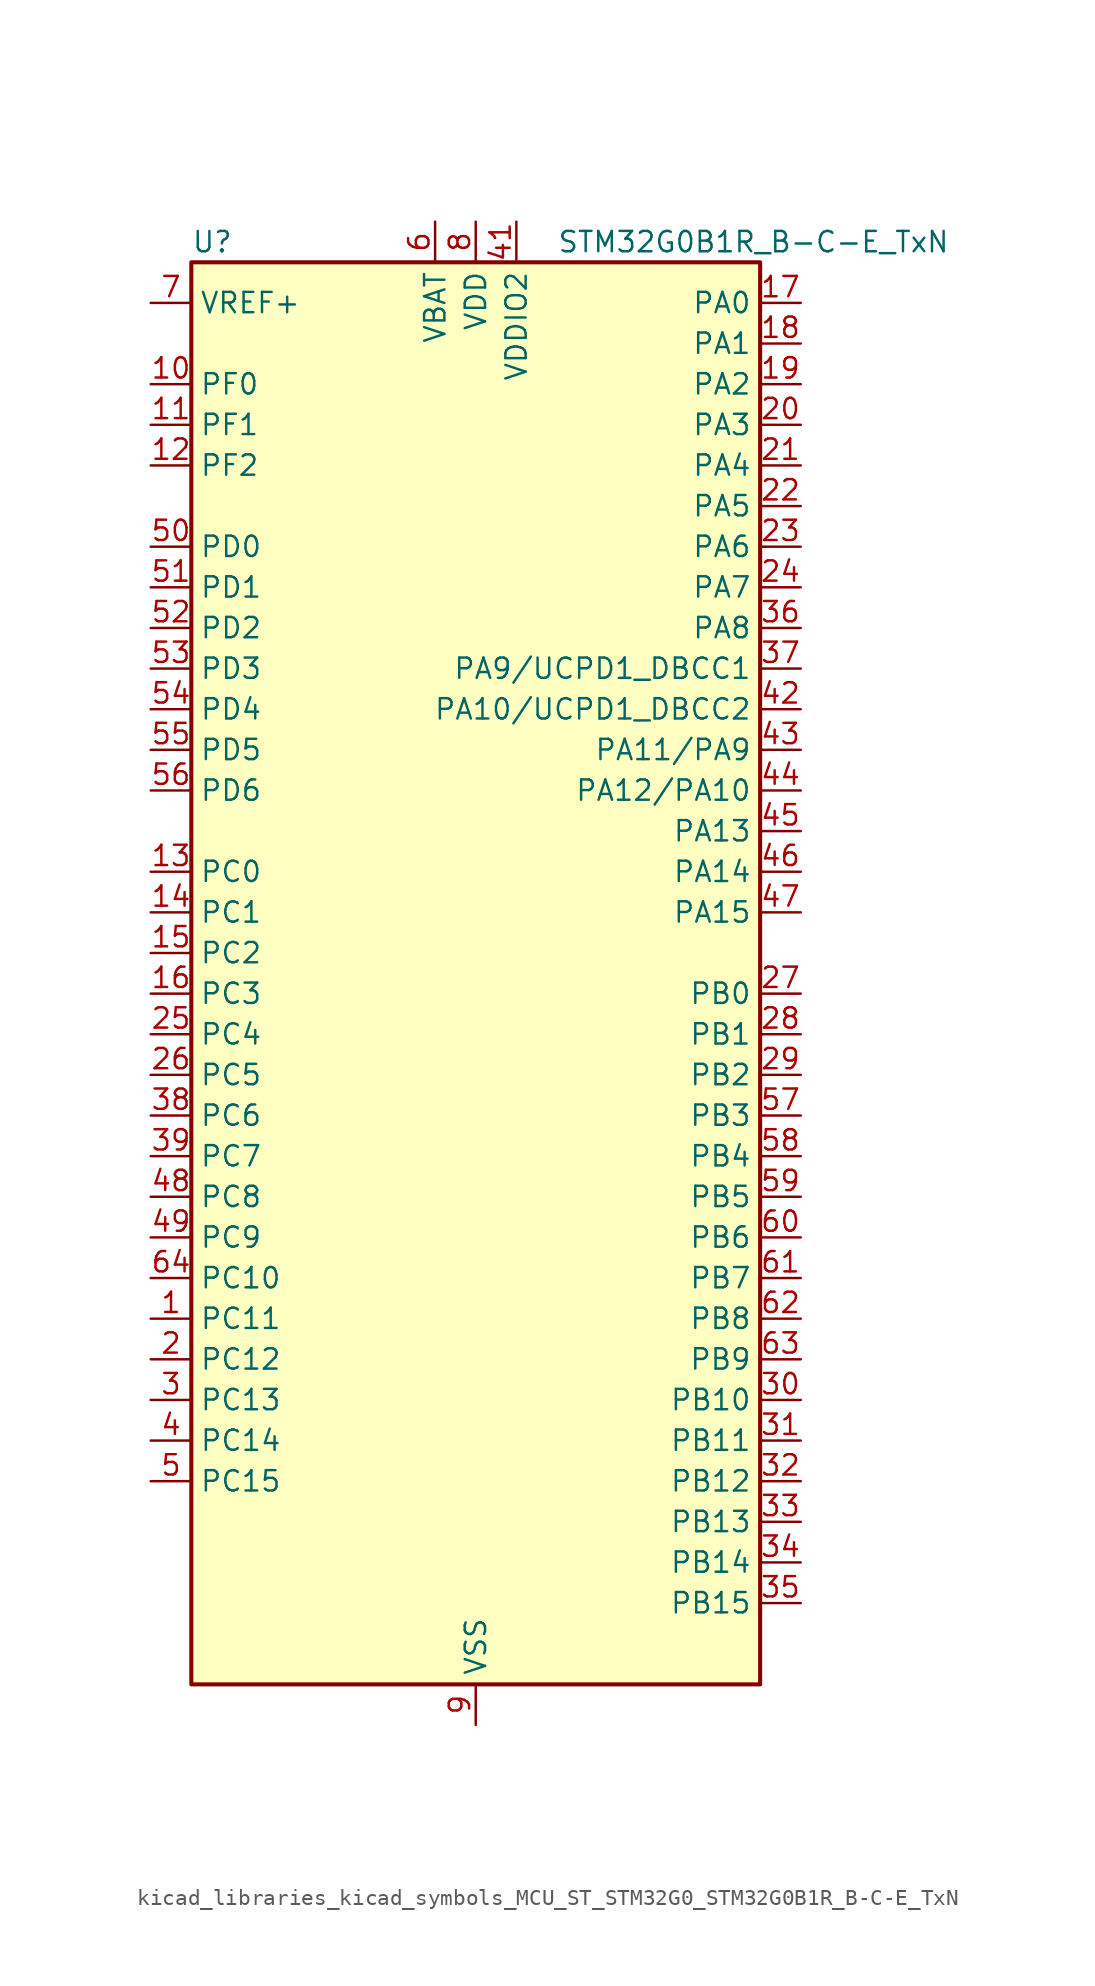
<source format=kicad_sym>
(kicad_symbol_lib
  (version 20220914)
  (generator kicad_symbol_editor)
  (symbol "kicad_libraries_kicad_symbols_MCU_ST_STM32G0_STM32G0B1R_B-C-E_TxN"
    (property "Reference" "U"
      (at -17.78 46.99 0)
      (effects (font (size 1.27 1.27)) (justify left)))
    (property "Value" "STM32G0B1R_B-C-E_TxN"
      (at 5.08 46.99 0)
      (effects (font (size 1.27 1.27)) (justify left)))
    (property "ki_locked" ""
      (at 0 0 0)
      (effects (font (size 1.27 1.27))))
    (symbol "kicad_libraries_kicad_symbols_MCU_ST_STM32G0_STM32G0B1R_B-C-E_TxN_0_1"
      (rectangle (start -17.78 -43.18) (end 17.78 45.72) (stroke (width 0.254) (type default)) (fill (type background))))
    (symbol "kicad_libraries_kicad_symbols_MCU_ST_STM32G0_STM32G0B1R_B-C-E_TxN_1_1"
      (pin bidirectional line (at -20.32 -20.32 0) (length 2.54) (name "PC11" (effects (font (size 1.27 1.27)))) (number "1" (effects (font (size 1.27 1.27)))) (alternate "ADC1_EXTI11" bidirectional line) (alternate "SPI3_MISO" bidirectional line) (alternate "TIM1_CH4" bidirectional line) (alternate "USART3_RX" bidirectional line) (alternate "USART4_RX" bidirectional line))
      (pin bidirectional line (at -20.32 38.1 0) (length 2.54) (name "PF0" (effects (font (size 1.27 1.27)))) (number "10" (effects (font (size 1.27 1.27)))) (alternate "CRS1_SYNC" bidirectional line) (alternate "RCC_OSC_IN" bidirectional line) (alternate "TIM14_CH1" bidirectional line))
      (pin bidirectional line (at -20.32 35.56 0) (length 2.54) (name "PF1" (effects (font (size 1.27 1.27)))) (number "11" (effects (font (size 1.27 1.27)))) (alternate "RCC_OSC_EN" bidirectional line) (alternate "RCC_OSC_OUT" bidirectional line) (alternate "TIM15_CH1N" bidirectional line))
      (pin bidirectional line (at -20.32 33.02 0) (length 2.54) (name "PF2" (effects (font (size 1.27 1.27)))) (number "12" (effects (font (size 1.27 1.27)))) (alternate "LPUART2_DE" bidirectional line) (alternate "LPUART2_RTS" bidirectional line) (alternate "LPUART2_TX" bidirectional line) (alternate "RCC_MCO" bidirectional line))
      (pin bidirectional line (at -20.32 7.62 0) (length 2.54) (name "PC0" (effects (font (size 1.27 1.27)))) (number "13" (effects (font (size 1.27 1.27)))) (alternate "COMP3_INM" bidirectional line) (alternate "COMP3_OUT" bidirectional line) (alternate "I2C3_SCL" bidirectional line) (alternate "LPTIM1_IN1" bidirectional line) (alternate "LPTIM2_IN1" bidirectional line) (alternate "LPUART1_RX" bidirectional line) (alternate "LPUART2_TX" bidirectional line) (alternate "USART6_TX" bidirectional line))
      (pin bidirectional line (at -20.32 5.08 0) (length 2.54) (name "PC1" (effects (font (size 1.27 1.27)))) (number "14" (effects (font (size 1.27 1.27)))) (alternate "COMP3_INP" bidirectional line) (alternate "I2C3_SDA" bidirectional line) (alternate "LPTIM1_OUT" bidirectional line) (alternate "LPUART1_TX" bidirectional line) (alternate "LPUART2_RX" bidirectional line) (alternate "TIM15_CH1" bidirectional line) (alternate "USART6_RX" bidirectional line))
      (pin bidirectional line (at -20.32 2.54 0) (length 2.54) (name "PC2" (effects (font (size 1.27 1.27)))) (number "15" (effects (font (size 1.27 1.27)))) (alternate "COMP3_OUT" bidirectional line) (alternate "FDCAN2_RX" bidirectional line) (alternate "I2S2_MCK" bidirectional line) (alternate "LPTIM1_IN2" bidirectional line) (alternate "SPI2_MISO" bidirectional line) (alternate "TIM15_CH2" bidirectional line))
      (pin bidirectional line (at -20.32 0 0) (length 2.54) (name "PC3" (effects (font (size 1.27 1.27)))) (number "16" (effects (font (size 1.27 1.27)))) (alternate "FDCAN2_TX" bidirectional line) (alternate "I2S2_SD" bidirectional line) (alternate "LPTIM1_ETR" bidirectional line) (alternate "LPTIM2_ETR" bidirectional line) (alternate "SPI2_MOSI" bidirectional line))
      (pin bidirectional line (at 20.32 43.18 180) (length 2.54) (name "PA0" (effects (font (size 1.27 1.27)))) (number "17" (effects (font (size 1.27 1.27)))) (alternate "ADC1_IN0" bidirectional line) (alternate "COMP1_INM" bidirectional line) (alternate "COMP1_OUT" bidirectional line) (alternate "I2S2_CK" bidirectional line) (alternate "LPTIM1_OUT" bidirectional line) (alternate "RTC_TAMP_IN2" bidirectional line) (alternate "SPI2_SCK" bidirectional line) (alternate "SYS_WKUP1" bidirectional line) (alternate "TIM2_CH1" bidirectional line) (alternate "TIM2_ETR" bidirectional line) (alternate "UCPD2_FRSTX1" bidirectional line) (alternate "UCPD2_FRSTX2" bidirectional line) (alternate "USART2_CTS" bidirectional line) (alternate "USART2_NSS" bidirectional line) (alternate "USART4_TX" bidirectional line))
      (pin bidirectional line (at 20.32 40.64 180) (length 2.54) (name "PA1" (effects (font (size 1.27 1.27)))) (number "18" (effects (font (size 1.27 1.27)))) (alternate "ADC1_IN1" bidirectional line) (alternate "COMP1_INP" bidirectional line) (alternate "I2C1_SMBA" bidirectional line) (alternate "I2S1_CK" bidirectional line) (alternate "SPI1_SCK" bidirectional line) (alternate "TIM15_CH1N" bidirectional line) (alternate "TIM2_CH2" bidirectional line) (alternate "USART2_CK" bidirectional line) (alternate "USART2_DE" bidirectional line) (alternate "USART2_RTS" bidirectional line) (alternate "USART4_RX" bidirectional line))
      (pin bidirectional line (at 20.32 38.1 180) (length 2.54) (name "PA2" (effects (font (size 1.27 1.27)))) (number "19" (effects (font (size 1.27 1.27)))) (alternate "ADC1_IN2" bidirectional line) (alternate "COMP2_INM" bidirectional line) (alternate "COMP2_OUT" bidirectional line) (alternate "I2S1_SD" bidirectional line) (alternate "LPUART1_TX" bidirectional line) (alternate "RCC_LSCO" bidirectional line) (alternate "SPI1_MOSI" bidirectional line) (alternate "SYS_WKUP4" bidirectional line) (alternate "TIM15_CH1" bidirectional line) (alternate "TIM2_CH3" bidirectional line) (alternate "UCPD1_FRSTX1" bidirectional line) (alternate "UCPD1_FRSTX2" bidirectional line) (alternate "USART2_TX" bidirectional line))
      (pin bidirectional line (at -20.32 -22.86 0) (length 2.54) (name "PC12" (effects (font (size 1.27 1.27)))) (number "2" (effects (font (size 1.27 1.27)))) (alternate "LPTIM1_IN1" bidirectional line) (alternate "SPI3_MOSI" bidirectional line) (alternate "TIM14_CH1" bidirectional line) (alternate "UCPD1_FRSTX1" bidirectional line) (alternate "UCPD1_FRSTX2" bidirectional line) (alternate "USART5_TX" bidirectional line))
      (pin bidirectional line (at 20.32 35.56 180) (length 2.54) (name "PA3" (effects (font (size 1.27 1.27)))) (number "20" (effects (font (size 1.27 1.27)))) (alternate "ADC1_IN3" bidirectional line) (alternate "COMP2_INP" bidirectional line) (alternate "I2S2_MCK" bidirectional line) (alternate "LPUART1_RX" bidirectional line) (alternate "SPI2_MISO" bidirectional line) (alternate "TIM15_CH2" bidirectional line) (alternate "TIM2_CH4" bidirectional line) (alternate "UCPD2_FRSTX1" bidirectional line) (alternate "UCPD2_FRSTX2" bidirectional line) (alternate "USART2_RX" bidirectional line))
      (pin bidirectional line (at 20.32 33.02 180) (length 2.54) (name "PA4" (effects (font (size 1.27 1.27)))) (number "21" (effects (font (size 1.27 1.27)))) (alternate "ADC1_IN4" bidirectional line) (alternate "DAC1_OUT1" bidirectional line) (alternate "I2S1_WS" bidirectional line) (alternate "I2S2_SD" bidirectional line) (alternate "LPTIM2_OUT" bidirectional line) (alternate "RTC_OUT2" bidirectional line) (alternate "SPI1_NSS" bidirectional line) (alternate "SPI2_MOSI" bidirectional line) (alternate "SPI3_NSS" bidirectional line) (alternate "TIM14_CH1" bidirectional line) (alternate "UCPD2_FRSTX1" bidirectional line) (alternate "UCPD2_FRSTX2" bidirectional line) (alternate "USART6_TX" bidirectional line) (alternate "USB_NOE" bidirectional line))
      (pin bidirectional line (at 20.32 30.48 180) (length 2.54) (name "PA5" (effects (font (size 1.27 1.27)))) (number "22" (effects (font (size 1.27 1.27)))) (alternate "ADC1_IN5" bidirectional line) (alternate "CEC" bidirectional line) (alternate "DAC1_OUT2" bidirectional line) (alternate "I2S1_CK" bidirectional line) (alternate "LPTIM2_ETR" bidirectional line) (alternate "SPI1_SCK" bidirectional line) (alternate "TIM2_CH1" bidirectional line) (alternate "TIM2_ETR" bidirectional line) (alternate "UCPD1_FRSTX1" bidirectional line) (alternate "UCPD1_FRSTX2" bidirectional line) (alternate "USART3_TX" bidirectional line) (alternate "USART6_RX" bidirectional line))
      (pin bidirectional line (at 20.32 27.94 180) (length 2.54) (name "PA6" (effects (font (size 1.27 1.27)))) (number "23" (effects (font (size 1.27 1.27)))) (alternate "ADC1_IN6" bidirectional line) (alternate "COMP1_OUT" bidirectional line) (alternate "I2C2_SDA" bidirectional line) (alternate "I2C3_SDA" bidirectional line) (alternate "I2S1_MCK" bidirectional line) (alternate "LPUART1_CTS" bidirectional line) (alternate "SPI1_MISO" bidirectional line) (alternate "TIM16_CH1" bidirectional line) (alternate "TIM1_BK" bidirectional line) (alternate "TIM3_CH1" bidirectional line) (alternate "USART3_CTS" bidirectional line) (alternate "USART3_NSS" bidirectional line) (alternate "USART6_CTS" bidirectional line) (alternate "USART6_NSS" bidirectional line))
      (pin bidirectional line (at 20.32 25.4 180) (length 2.54) (name "PA7" (effects (font (size 1.27 1.27)))) (number "24" (effects (font (size 1.27 1.27)))) (alternate "ADC1_IN7" bidirectional line) (alternate "COMP2_OUT" bidirectional line) (alternate "I2C2_SCL" bidirectional line) (alternate "I2C3_SCL" bidirectional line) (alternate "I2S1_SD" bidirectional line) (alternate "SPI1_MOSI" bidirectional line) (alternate "TIM14_CH1" bidirectional line) (alternate "TIM17_CH1" bidirectional line) (alternate "TIM1_CH1N" bidirectional line) (alternate "TIM3_CH2" bidirectional line) (alternate "UCPD1_FRSTX1" bidirectional line) (alternate "UCPD1_FRSTX2" bidirectional line) (alternate "USART6_CK" bidirectional line) (alternate "USART6_DE" bidirectional line) (alternate "USART6_RTS" bidirectional line))
      (pin bidirectional line (at -20.32 -2.54 0) (length 2.54) (name "PC4" (effects (font (size 1.27 1.27)))) (number "25" (effects (font (size 1.27 1.27)))) (alternate "ADC1_IN17" bidirectional line) (alternate "COMP1_INM" bidirectional line) (alternate "FDCAN1_RX" bidirectional line) (alternate "TIM2_CH1" bidirectional line) (alternate "TIM2_ETR" bidirectional line) (alternate "USART1_TX" bidirectional line) (alternate "USART3_TX" bidirectional line))
      (pin bidirectional line (at -20.32 -5.08 0) (length 2.54) (name "PC5" (effects (font (size 1.27 1.27)))) (number "26" (effects (font (size 1.27 1.27)))) (alternate "ADC1_IN18" bidirectional line) (alternate "COMP1_INP" bidirectional line) (alternate "FDCAN1_TX" bidirectional line) (alternate "SYS_WKUP5" bidirectional line) (alternate "TIM2_CH2" bidirectional line) (alternate "USART1_RX" bidirectional line) (alternate "USART3_RX" bidirectional line))
      (pin bidirectional line (at 20.32 0 180) (length 2.54) (name "PB0" (effects (font (size 1.27 1.27)))) (number "27" (effects (font (size 1.27 1.27)))) (alternate "ADC1_IN8" bidirectional line) (alternate "COMP1_OUT" bidirectional line) (alternate "COMP3_INP" bidirectional line) (alternate "FDCAN2_RX" bidirectional line) (alternate "I2S1_WS" bidirectional line) (alternate "LPTIM1_OUT" bidirectional line) (alternate "LPUART2_CTS" bidirectional line) (alternate "SPI1_NSS" bidirectional line) (alternate "TIM1_CH2N" bidirectional line) (alternate "TIM3_CH3" bidirectional line) (alternate "UCPD1_FRSTX1" bidirectional line) (alternate "UCPD1_FRSTX2" bidirectional line) (alternate "USART3_RX" bidirectional line) (alternate "USART5_TX" bidirectional line))
      (pin bidirectional line (at 20.32 -2.54 180) (length 2.54) (name "PB1" (effects (font (size 1.27 1.27)))) (number "28" (effects (font (size 1.27 1.27)))) (alternate "ADC1_IN9" bidirectional line) (alternate "COMP1_INM" bidirectional line) (alternate "COMP3_OUT" bidirectional line) (alternate "FDCAN2_TX" bidirectional line) (alternate "LPTIM2_IN1" bidirectional line) (alternate "LPUART1_DE" bidirectional line) (alternate "LPUART1_RTS" bidirectional line) (alternate "LPUART2_DE" bidirectional line) (alternate "LPUART2_RTS" bidirectional line) (alternate "TIM14_CH1" bidirectional line) (alternate "TIM1_CH3N" bidirectional line) (alternate "TIM3_CH4" bidirectional line) (alternate "USART3_CK" bidirectional line) (alternate "USART3_DE" bidirectional line) (alternate "USART3_RTS" bidirectional line) (alternate "USART5_RX" bidirectional line))
      (pin bidirectional line (at 20.32 -5.08 180) (length 2.54) (name "PB2" (effects (font (size 1.27 1.27)))) (number "29" (effects (font (size 1.27 1.27)))) (alternate "ADC1_IN10" bidirectional line) (alternate "COMP1_INP" bidirectional line) (alternate "COMP3_INM" bidirectional line) (alternate "I2S2_MCK" bidirectional line) (alternate "LPTIM1_OUT" bidirectional line) (alternate "RCC_MCO_2" bidirectional line) (alternate "SPI2_MISO" bidirectional line) (alternate "USART3_TX" bidirectional line))
      (pin bidirectional line (at -20.32 -25.4 0) (length 2.54) (name "PC13" (effects (font (size 1.27 1.27)))) (number "3" (effects (font (size 1.27 1.27)))) (alternate "RTC_OUT1" bidirectional line) (alternate "RTC_TAMP_IN1" bidirectional line) (alternate "RTC_TS" bidirectional line) (alternate "SYS_WKUP2" bidirectional line) (alternate "TIM1_BK" bidirectional line))
      (pin bidirectional line (at 20.32 -25.4 180) (length 2.54) (name "PB10" (effects (font (size 1.27 1.27)))) (number "30" (effects (font (size 1.27 1.27)))) (alternate "ADC1_IN11" bidirectional line) (alternate "CEC" bidirectional line) (alternate "COMP1_OUT" bidirectional line) (alternate "I2C2_SCL" bidirectional line) (alternate "I2S2_CK" bidirectional line) (alternate "LPUART1_RX" bidirectional line) (alternate "SPI2_SCK" bidirectional line) (alternate "TIM2_CH3" bidirectional line) (alternate "USART3_TX" bidirectional line))
      (pin bidirectional line (at 20.32 -27.94 180) (length 2.54) (name "PB11" (effects (font (size 1.27 1.27)))) (number "31" (effects (font (size 1.27 1.27)))) (alternate "ADC1_EXTI11" bidirectional line) (alternate "ADC1_IN15" bidirectional line) (alternate "COMP2_OUT" bidirectional line) (alternate "I2C2_SDA" bidirectional line) (alternate "I2S2_SD" bidirectional line) (alternate "LPUART1_TX" bidirectional line) (alternate "SPI2_MOSI" bidirectional line) (alternate "TIM2_CH4" bidirectional line) (alternate "USART3_RX" bidirectional line))
      (pin bidirectional line (at 20.32 -30.48 180) (length 2.54) (name "PB12" (effects (font (size 1.27 1.27)))) (number "32" (effects (font (size 1.27 1.27)))) (alternate "ADC1_IN16" bidirectional line) (alternate "FDCAN2_RX" bidirectional line) (alternate "I2C2_SMBA" bidirectional line) (alternate "I2S2_WS" bidirectional line) (alternate "LPUART1_DE" bidirectional line) (alternate "LPUART1_RTS" bidirectional line) (alternate "SPI2_NSS" bidirectional line) (alternate "TIM15_BK" bidirectional line) (alternate "TIM1_BK" bidirectional line) (alternate "UCPD2_FRSTX1" bidirectional line) (alternate "UCPD2_FRSTX2" bidirectional line))
      (pin bidirectional line (at 20.32 -33.02 180) (length 2.54) (name "PB13" (effects (font (size 1.27 1.27)))) (number "33" (effects (font (size 1.27 1.27)))) (alternate "FDCAN2_TX" bidirectional line) (alternate "I2C2_SCL" bidirectional line) (alternate "I2S2_CK" bidirectional line) (alternate "LPUART1_CTS" bidirectional line) (alternate "SPI2_SCK" bidirectional line) (alternate "TIM15_CH1N" bidirectional line) (alternate "TIM1_CH1N" bidirectional line) (alternate "USART3_CTS" bidirectional line) (alternate "USART3_NSS" bidirectional line))
      (pin bidirectional line (at 20.32 -35.56 180) (length 2.54) (name "PB14" (effects (font (size 1.27 1.27)))) (number "34" (effects (font (size 1.27 1.27)))) (alternate "I2C2_SDA" bidirectional line) (alternate "I2S2_MCK" bidirectional line) (alternate "SPI2_MISO" bidirectional line) (alternate "TIM15_CH1" bidirectional line) (alternate "TIM1_CH2N" bidirectional line) (alternate "UCPD1_FRSTX1" bidirectional line) (alternate "UCPD1_FRSTX2" bidirectional line) (alternate "USART3_CK" bidirectional line) (alternate "USART3_DE" bidirectional line) (alternate "USART3_RTS" bidirectional line) (alternate "USART6_CK" bidirectional line) (alternate "USART6_DE" bidirectional line) (alternate "USART6_RTS" bidirectional line))
      (pin bidirectional line (at 20.32 -38.1 180) (length 2.54) (name "PB15" (effects (font (size 1.27 1.27)))) (number "35" (effects (font (size 1.27 1.27)))) (alternate "I2S2_SD" bidirectional line) (alternate "RTC_REFIN" bidirectional line) (alternate "SPI2_MOSI" bidirectional line) (alternate "TIM15_CH1N" bidirectional line) (alternate "TIM15_CH2" bidirectional line) (alternate "TIM1_CH3N" bidirectional line) (alternate "UCPD1_CC2" bidirectional line) (alternate "USART6_CTS" bidirectional line) (alternate "USART6_NSS" bidirectional line))
      (pin bidirectional line (at 20.32 22.86 180) (length 2.54) (name "PA8" (effects (font (size 1.27 1.27)))) (number "36" (effects (font (size 1.27 1.27)))) (alternate "CRS1_SYNC" bidirectional line) (alternate "I2C2_SMBA" bidirectional line) (alternate "I2S2_WS" bidirectional line) (alternate "LPTIM2_OUT" bidirectional line) (alternate "RCC_MCO" bidirectional line) (alternate "SPI2_NSS" bidirectional line) (alternate "TIM1_CH1" bidirectional line) (alternate "UCPD1_CC1" bidirectional line))
      (pin bidirectional line (at 20.32 20.32 180) (length 2.54) (name "PA9/UCPD1_DBCC1" (effects (font (size 1.27 1.27)))) (number "37" (effects (font (size 1.27 1.27)))) (alternate "DAC1_EXTI9" bidirectional line) (alternate "I2C1_SCL" bidirectional line) (alternate "I2C2_SCL" bidirectional line) (alternate "I2S2_MCK" bidirectional line) (alternate "RCC_MCO" bidirectional line) (alternate "SPI2_MISO" bidirectional line) (alternate "TIM15_BK" bidirectional line) (alternate "TIM1_CH2" bidirectional line) (alternate "UCPD1_DBCC1" bidirectional line) (alternate "USART1_TX" bidirectional line))
      (pin bidirectional line (at -20.32 -7.62 0) (length 2.54) (name "PC6" (effects (font (size 1.27 1.27)))) (number "38" (effects (font (size 1.27 1.27)))) (alternate "LPUART2_TX" bidirectional line) (alternate "TIM2_CH3" bidirectional line) (alternate "TIM3_CH1" bidirectional line) (alternate "UCPD1_FRSTX1" bidirectional line) (alternate "UCPD1_FRSTX2" bidirectional line))
      (pin bidirectional line (at -20.32 -10.16 0) (length 2.54) (name "PC7" (effects (font (size 1.27 1.27)))) (number "39" (effects (font (size 1.27 1.27)))) (alternate "LPUART2_RX" bidirectional line) (alternate "TIM2_CH4" bidirectional line) (alternate "TIM3_CH2" bidirectional line) (alternate "UCPD2_FRSTX1" bidirectional line) (alternate "UCPD2_FRSTX2" bidirectional line))
      (pin bidirectional line (at -20.32 -27.94 0) (length 2.54) (name "PC14" (effects (font (size 1.27 1.27)))) (number "4" (effects (font (size 1.27 1.27)))) (alternate "RCC_OSC32_IN" bidirectional line) (alternate "TIM1_BK2" bidirectional line))
      (pin passive line (at 0 -45.72 90) (length 2.54) hide (name "VSS" (effects (font (size 1.27 1.27)))) (number "40" (effects (font (size 1.27 1.27)))))
      (pin power_in line (at 2.54 48.26 270) (length 2.54) (name "VDDIO2" (effects (font (size 1.27 1.27)))) (number "41" (effects (font (size 1.27 1.27)))))
      (pin bidirectional line (at 20.32 17.78 180) (length 2.54) (name "PA10/UCPD1_DBCC2" (effects (font (size 1.27 1.27)))) (number "42" (effects (font (size 1.27 1.27)))) (alternate "I2C1_SDA" bidirectional line) (alternate "I2C2_SDA" bidirectional line) (alternate "I2S2_SD" bidirectional line) (alternate "RCC_MCO_2" bidirectional line) (alternate "SPI2_MOSI" bidirectional line) (alternate "TIM17_BK" bidirectional line) (alternate "TIM1_CH3" bidirectional line) (alternate "UCPD1_DBCC2" bidirectional line) (alternate "USART1_RX" bidirectional line))
      (pin bidirectional line (at 20.32 15.24 180) (length 2.54) (name "PA11/PA9" (effects (font (size 1.27 1.27)))) (number "43" (effects (font (size 1.27 1.27)))) (alternate "ADC1_EXTI11" bidirectional line) (alternate "COMP1_OUT" bidirectional line) (alternate "FDCAN1_RX" bidirectional line) (alternate "I2C2_SCL" bidirectional line) (alternate "I2S1_MCK" bidirectional line) (alternate "SPI1_MISO" bidirectional line) (alternate "TIM1_BK2" bidirectional line) (alternate "TIM1_CH4" bidirectional line) (alternate "USART1_CTS" bidirectional line) (alternate "USART1_NSS" bidirectional line) (alternate "USB_DM" bidirectional line))
      (pin bidirectional line (at 20.32 12.7 180) (length 2.54) (name "PA12/PA10" (effects (font (size 1.27 1.27)))) (number "44" (effects (font (size 1.27 1.27)))) (alternate "COMP2_OUT" bidirectional line) (alternate "FDCAN1_TX" bidirectional line) (alternate "I2C2_SDA" bidirectional line) (alternate "I2S1_SD" bidirectional line) (alternate "I2S_CKIN" bidirectional line) (alternate "SPI1_MOSI" bidirectional line) (alternate "TIM1_ETR" bidirectional line) (alternate "USART1_CK" bidirectional line) (alternate "USART1_DE" bidirectional line) (alternate "USART1_RTS" bidirectional line) (alternate "USB_DP" bidirectional line))
      (pin bidirectional line (at 20.32 10.16 180) (length 2.54) (name "PA13" (effects (font (size 1.27 1.27)))) (number "45" (effects (font (size 1.27 1.27)))) (alternate "IR_OUT" bidirectional line) (alternate "LPUART2_RX" bidirectional line) (alternate "SYS_SWDIO" bidirectional line) (alternate "USB_NOE" bidirectional line))
      (pin bidirectional line (at 20.32 7.62 180) (length 2.54) (name "PA14" (effects (font (size 1.27 1.27)))) (number "46" (effects (font (size 1.27 1.27)))) (alternate "LPUART2_TX" bidirectional line) (alternate "SYS_SWCLK" bidirectional line) (alternate "USART2_TX" bidirectional line))
      (pin bidirectional line (at 20.32 5.08 180) (length 2.54) (name "PA15" (effects (font (size 1.27 1.27)))) (number "47" (effects (font (size 1.27 1.27)))) (alternate "I2C2_SMBA" bidirectional line) (alternate "I2S1_WS" bidirectional line) (alternate "RCC_MCO_2" bidirectional line) (alternate "SPI1_NSS" bidirectional line) (alternate "SPI3_NSS" bidirectional line) (alternate "TIM2_CH1" bidirectional line) (alternate "TIM2_ETR" bidirectional line) (alternate "USART2_RX" bidirectional line) (alternate "USART3_CK" bidirectional line) (alternate "USART3_DE" bidirectional line) (alternate "USART3_RTS" bidirectional line) (alternate "USART4_CK" bidirectional line) (alternate "USART4_DE" bidirectional line) (alternate "USART4_RTS" bidirectional line) (alternate "USB_NOE" bidirectional line))
      (pin bidirectional line (at -20.32 -12.7 0) (length 2.54) (name "PC8" (effects (font (size 1.27 1.27)))) (number "48" (effects (font (size 1.27 1.27)))) (alternate "LPUART2_CTS" bidirectional line) (alternate "TIM1_CH1" bidirectional line) (alternate "TIM3_CH3" bidirectional line) (alternate "UCPD2_FRSTX1" bidirectional line) (alternate "UCPD2_FRSTX2" bidirectional line))
      (pin bidirectional line (at -20.32 -15.24 0) (length 2.54) (name "PC9" (effects (font (size 1.27 1.27)))) (number "49" (effects (font (size 1.27 1.27)))) (alternate "DAC1_EXTI9" bidirectional line) (alternate "I2S_CKIN" bidirectional line) (alternate "LPUART2_DE" bidirectional line) (alternate "LPUART2_RTS" bidirectional line) (alternate "TIM1_CH2" bidirectional line) (alternate "TIM3_CH4" bidirectional line) (alternate "USB_NOE" bidirectional line))
      (pin bidirectional line (at -20.32 -30.48 0) (length 2.54) (name "PC15" (effects (font (size 1.27 1.27)))) (number "5" (effects (font (size 1.27 1.27)))) (alternate "RCC_OSC32_EN" bidirectional line) (alternate "RCC_OSC32_OUT" bidirectional line) (alternate "RCC_OSC_EN" bidirectional line) (alternate "TIM15_BK" bidirectional line))
      (pin bidirectional line (at -20.32 27.94 0) (length 2.54) (name "PD0" (effects (font (size 1.27 1.27)))) (number "50" (effects (font (size 1.27 1.27)))) (alternate "FDCAN1_RX" bidirectional line) (alternate "I2S2_WS" bidirectional line) (alternate "SPI2_NSS" bidirectional line) (alternate "TIM16_CH1" bidirectional line) (alternate "UCPD2_CC1" bidirectional line))
      (pin bidirectional line (at -20.32 25.4 0) (length 2.54) (name "PD1" (effects (font (size 1.27 1.27)))) (number "51" (effects (font (size 1.27 1.27)))) (alternate "FDCAN1_TX" bidirectional line) (alternate "I2S2_CK" bidirectional line) (alternate "SPI2_SCK" bidirectional line) (alternate "TIM17_CH1" bidirectional line) (alternate "UCPD2_DBCC1" bidirectional line))
      (pin bidirectional line (at -20.32 22.86 0) (length 2.54) (name "PD2" (effects (font (size 1.27 1.27)))) (number "52" (effects (font (size 1.27 1.27)))) (alternate "TIM1_CH1N" bidirectional line) (alternate "TIM3_ETR" bidirectional line) (alternate "UCPD2_CC2" bidirectional line) (alternate "USART3_CK" bidirectional line) (alternate "USART3_DE" bidirectional line) (alternate "USART3_RTS" bidirectional line) (alternate "USART5_RX" bidirectional line))
      (pin bidirectional line (at -20.32 20.32 0) (length 2.54) (name "PD3" (effects (font (size 1.27 1.27)))) (number "53" (effects (font (size 1.27 1.27)))) (alternate "I2S2_MCK" bidirectional line) (alternate "SPI2_MISO" bidirectional line) (alternate "TIM1_CH2N" bidirectional line) (alternate "UCPD2_DBCC2" bidirectional line) (alternate "USART2_CTS" bidirectional line) (alternate "USART2_NSS" bidirectional line) (alternate "USART5_TX" bidirectional line))
      (pin bidirectional line (at -20.32 17.78 0) (length 2.54) (name "PD4" (effects (font (size 1.27 1.27)))) (number "54" (effects (font (size 1.27 1.27)))) (alternate "I2S2_SD" bidirectional line) (alternate "SPI2_MOSI" bidirectional line) (alternate "TIM1_CH3N" bidirectional line) (alternate "USART2_CK" bidirectional line) (alternate "USART2_DE" bidirectional line) (alternate "USART2_RTS" bidirectional line) (alternate "USART5_CK" bidirectional line) (alternate "USART5_DE" bidirectional line) (alternate "USART5_RTS" bidirectional line))
      (pin bidirectional line (at -20.32 15.24 0) (length 2.54) (name "PD5" (effects (font (size 1.27 1.27)))) (number "55" (effects (font (size 1.27 1.27)))) (alternate "I2S1_MCK" bidirectional line) (alternate "SPI1_MISO" bidirectional line) (alternate "TIM1_BK" bidirectional line) (alternate "USART2_TX" bidirectional line) (alternate "USART5_CTS" bidirectional line) (alternate "USART5_NSS" bidirectional line))
      (pin bidirectional line (at -20.32 12.7 0) (length 2.54) (name "PD6" (effects (font (size 1.27 1.27)))) (number "56" (effects (font (size 1.27 1.27)))) (alternate "I2S1_SD" bidirectional line) (alternate "LPTIM2_OUT" bidirectional line) (alternate "SPI1_MOSI" bidirectional line) (alternate "USART2_RX" bidirectional line))
      (pin bidirectional line (at 20.32 -7.62 180) (length 2.54) (name "PB3" (effects (font (size 1.27 1.27)))) (number "57" (effects (font (size 1.27 1.27)))) (alternate "COMP2_INM" bidirectional line) (alternate "I2C2_SCL" bidirectional line) (alternate "I2C3_SCL" bidirectional line) (alternate "I2S1_CK" bidirectional line) (alternate "SPI1_SCK" bidirectional line) (alternate "SPI3_SCK" bidirectional line) (alternate "TIM1_CH2" bidirectional line) (alternate "TIM2_CH2" bidirectional line) (alternate "USART1_CK" bidirectional line) (alternate "USART1_DE" bidirectional line) (alternate "USART1_RTS" bidirectional line) (alternate "USART5_TX" bidirectional line))
      (pin bidirectional line (at 20.32 -10.16 180) (length 2.54) (name "PB4" (effects (font (size 1.27 1.27)))) (number "58" (effects (font (size 1.27 1.27)))) (alternate "COMP2_INP" bidirectional line) (alternate "I2C2_SDA" bidirectional line) (alternate "I2C3_SDA" bidirectional line) (alternate "I2S1_MCK" bidirectional line) (alternate "SPI1_MISO" bidirectional line) (alternate "SPI3_MISO" bidirectional line) (alternate "TIM17_BK" bidirectional line) (alternate "TIM3_CH1" bidirectional line) (alternate "USART1_CTS" bidirectional line) (alternate "USART1_NSS" bidirectional line) (alternate "USART5_RX" bidirectional line))
      (pin bidirectional line (at 20.32 -12.7 180) (length 2.54) (name "PB5" (effects (font (size 1.27 1.27)))) (number "59" (effects (font (size 1.27 1.27)))) (alternate "COMP2_OUT" bidirectional line) (alternate "FDCAN2_RX" bidirectional line) (alternate "I2C1_SMBA" bidirectional line) (alternate "I2S1_SD" bidirectional line) (alternate "LPTIM1_IN1" bidirectional line) (alternate "SPI1_MOSI" bidirectional line) (alternate "SPI3_MOSI" bidirectional line) (alternate "SYS_WKUP6" bidirectional line) (alternate "TIM16_BK" bidirectional line) (alternate "TIM3_CH2" bidirectional line) (alternate "USART5_CK" bidirectional line) (alternate "USART5_DE" bidirectional line) (alternate "USART5_RTS" bidirectional line))
      (pin power_in line (at -2.54 48.26 270) (length 2.54) (name "VBAT" (effects (font (size 1.27 1.27)))) (number "6" (effects (font (size 1.27 1.27)))))
      (pin bidirectional line (at 20.32 -15.24 180) (length 2.54) (name "PB6" (effects (font (size 1.27 1.27)))) (number "60" (effects (font (size 1.27 1.27)))) (alternate "COMP2_INP" bidirectional line) (alternate "FDCAN2_TX" bidirectional line) (alternate "I2C1_SCL" bidirectional line) (alternate "I2S2_MCK" bidirectional line) (alternate "LPTIM1_ETR" bidirectional line) (alternate "LPUART2_TX" bidirectional line) (alternate "SPI2_MISO" bidirectional line) (alternate "TIM16_CH1N" bidirectional line) (alternate "TIM1_CH3" bidirectional line) (alternate "TIM4_CH1" bidirectional line) (alternate "USART1_TX" bidirectional line) (alternate "USART5_CTS" bidirectional line) (alternate "USART5_NSS" bidirectional line))
      (pin bidirectional line (at 20.32 -17.78 180) (length 2.54) (name "PB7" (effects (font (size 1.27 1.27)))) (number "61" (effects (font (size 1.27 1.27)))) (alternate "COMP2_INM" bidirectional line) (alternate "I2C1_SDA" bidirectional line) (alternate "I2S2_SD" bidirectional line) (alternate "LPTIM1_IN2" bidirectional line) (alternate "LPUART2_RX" bidirectional line) (alternate "SPI2_MOSI" bidirectional line) (alternate "SYS_PVD_IN" bidirectional line) (alternate "TIM17_CH1N" bidirectional line) (alternate "TIM4_CH2" bidirectional line) (alternate "USART1_RX" bidirectional line) (alternate "USART4_CTS" bidirectional line) (alternate "USART4_NSS" bidirectional line))
      (pin bidirectional line (at 20.32 -20.32 180) (length 2.54) (name "PB8" (effects (font (size 1.27 1.27)))) (number "62" (effects (font (size 1.27 1.27)))) (alternate "CEC" bidirectional line) (alternate "FDCAN1_RX" bidirectional line) (alternate "I2C1_SCL" bidirectional line) (alternate "I2S2_CK" bidirectional line) (alternate "SPI2_SCK" bidirectional line) (alternate "TIM15_BK" bidirectional line) (alternate "TIM16_CH1" bidirectional line) (alternate "TIM4_CH3" bidirectional line) (alternate "USART3_TX" bidirectional line) (alternate "USART6_TX" bidirectional line))
      (pin bidirectional line (at 20.32 -22.86 180) (length 2.54) (name "PB9" (effects (font (size 1.27 1.27)))) (number "63" (effects (font (size 1.27 1.27)))) (alternate "DAC1_EXTI9" bidirectional line) (alternate "FDCAN1_TX" bidirectional line) (alternate "I2C1_SDA" bidirectional line) (alternate "I2S2_WS" bidirectional line) (alternate "IR_OUT" bidirectional line) (alternate "SPI2_NSS" bidirectional line) (alternate "TIM17_CH1" bidirectional line) (alternate "TIM4_CH4" bidirectional line) (alternate "UCPD2_FRSTX1" bidirectional line) (alternate "UCPD2_FRSTX2" bidirectional line) (alternate "USART3_RX" bidirectional line) (alternate "USART6_RX" bidirectional line))
      (pin bidirectional line (at -20.32 -17.78 0) (length 2.54) (name "PC10" (effects (font (size 1.27 1.27)))) (number "64" (effects (font (size 1.27 1.27)))) (alternate "SPI3_SCK" bidirectional line) (alternate "TIM1_CH3" bidirectional line) (alternate "USART3_TX" bidirectional line) (alternate "USART4_TX" bidirectional line))
      (pin input line (at -20.32 43.18 0) (length 2.54) (name "VREF+" (effects (font (size 1.27 1.27)))) (number "7" (effects (font (size 1.27 1.27)))) (alternate "VREFBUF_OUT" bidirectional line))
      (pin power_in line (at 0 48.26 270) (length 2.54) (name "VDD" (effects (font (size 1.27 1.27)))) (number "8" (effects (font (size 1.27 1.27)))))
      (pin power_in line (at 0 -45.72 90) (length 2.54) (name "VSS" (effects (font (size 1.27 1.27)))) (number "9" (effects (font (size 1.27 1.27))))))))
</source>
